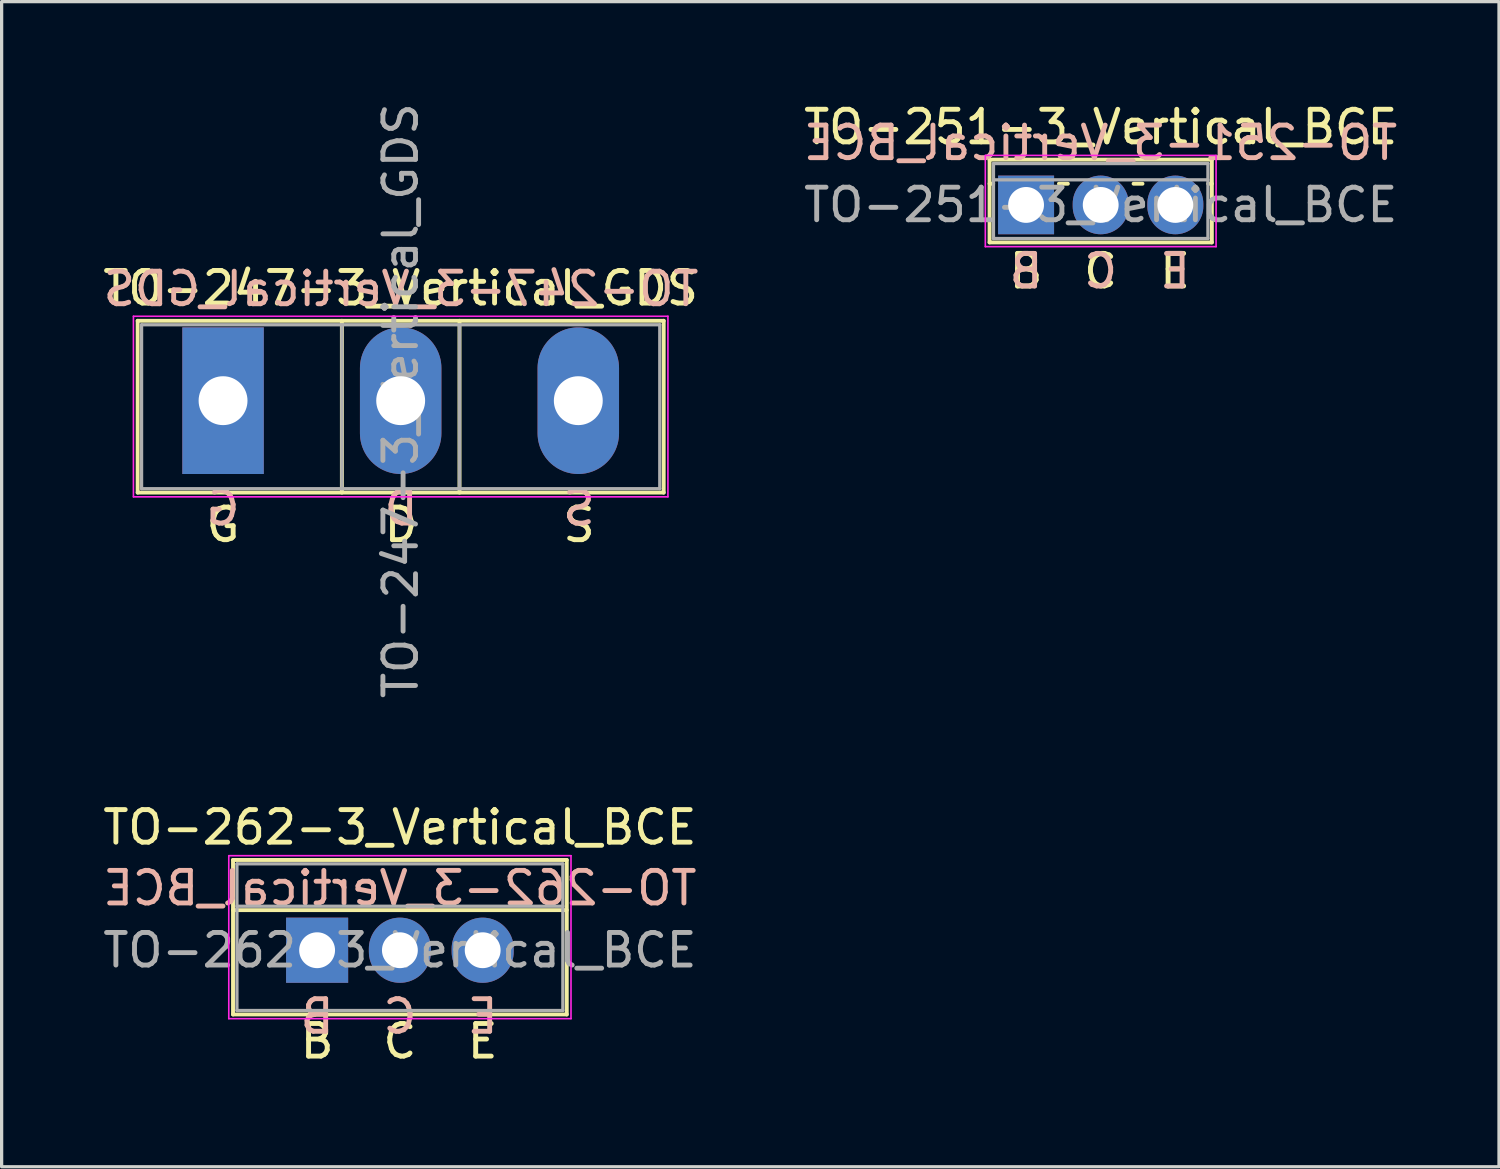
<source format=kicad_pcb>
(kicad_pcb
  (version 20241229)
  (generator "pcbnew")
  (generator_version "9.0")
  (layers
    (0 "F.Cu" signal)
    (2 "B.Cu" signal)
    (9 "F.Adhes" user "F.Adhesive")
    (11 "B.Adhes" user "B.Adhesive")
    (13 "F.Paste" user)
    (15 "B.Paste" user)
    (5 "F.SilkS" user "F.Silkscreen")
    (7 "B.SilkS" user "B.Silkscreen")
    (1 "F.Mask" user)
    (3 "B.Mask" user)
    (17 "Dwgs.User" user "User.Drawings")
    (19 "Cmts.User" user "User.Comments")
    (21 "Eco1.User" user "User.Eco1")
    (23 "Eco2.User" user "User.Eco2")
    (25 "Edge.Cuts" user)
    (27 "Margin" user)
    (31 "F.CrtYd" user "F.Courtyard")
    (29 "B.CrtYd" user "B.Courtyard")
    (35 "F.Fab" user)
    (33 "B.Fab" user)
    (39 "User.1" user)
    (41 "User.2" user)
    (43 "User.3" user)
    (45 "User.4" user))
  (footprint "TO-247-3_Vertical_GDS"
    (layer "F.Cu")
    (at 3.794 9.244)
    (property "Reference" "TO-247-3_Vertical_GDS" (at 5.45 -3.45 0) (layer "F.SilkS") (effects (font (size 1 1) (thickness 0.15))))
    (fp_line (start -2.62 -2.451) (end -2.62 2.82) (stroke (width 0.12) (type solid)) (layer "F.SilkS"))
    (fp_line (start -2.62 -2.451) (end 13.52 -2.451) (stroke (width 0.12) (type solid)) (layer "F.SilkS"))
    (fp_line (start -2.62 2.82) (end 13.52 2.82) (stroke (width 0.12) (type solid)) (layer "F.SilkS"))
    (fp_line (start 3.646 -2.451) (end 3.646 2.82) (stroke (width 0.12) (type solid)) (layer "F.SilkS"))
    (fp_line (start 7.255 -2.451) (end 7.255 2.82) (stroke (width 0.12) (type solid)) (layer "F.SilkS"))
    (fp_line (start 13.52 -2.451) (end 13.52 2.82) (stroke (width 0.12) (type solid)) (layer "F.SilkS"))
    (fp_line (start -2.75 -2.59) (end -2.75 2.95) (stroke (width 0.05) (type solid)) (layer "F.CrtYd"))
    (fp_line (start -2.75 2.95) (end 13.65 2.95) (stroke (width 0.05) (type solid)) (layer "F.CrtYd"))
    (fp_line (start 13.65 -2.59) (end -2.75 -2.59) (stroke (width 0.05) (type solid)) (layer "F.CrtYd"))
    (fp_line (start 13.65 2.95) (end 13.65 -2.59) (stroke (width 0.05) (type solid)) (layer "F.CrtYd"))
    (fp_line (start -2.5 -2.33) (end -2.5 2.7) (stroke (width 0.1) (type solid)) (layer "F.Fab"))
    (fp_line (start -2.5 2.7) (end 13.4 2.7) (stroke (width 0.1) (type solid)) (layer "F.Fab"))
    (fp_line (start 3.645 -2.33) (end 3.645 2.7) (stroke (width 0.1) (type solid)) (layer "F.Fab"))
    (fp_line (start 7.255 -2.33) (end 7.255 2.7) (stroke (width 0.1) (type solid)) (layer "F.Fab"))
    (fp_line (start 13.4 -2.33) (end -2.5 -2.33) (stroke (width 0.1) (type solid)) (layer "F.Fab"))
    (fp_line (start 13.4 2.7) (end 13.4 -2.33) (stroke (width 0.1) (type solid)) (layer "F.Fab"))
    (fp_text user "S" (at 10.922 3.81 0) (unlocked yes) (layer "F.SilkS") (effects (font (size 1 1) (thickness 0.15))))
    (fp_text user "G" (at 0 3.81 0) (unlocked yes) (layer "F.SilkS") (effects (font (size 1 1) (thickness 0.15))))
    (fp_text user "D" (at 5.461 3.81 0) (unlocked yes) (layer "F.SilkS") (effects (font (size 1 1) (thickness 0.15))))
    (fp_text user "G" (at 0 3.302 0) (unlocked yes) (layer "B.SilkS") (effects (font (size 1 1) (thickness 0.15)) (justify mirror)))
    (fp_text user "${REFERENCE}" (at 5.461 -3.429 0) (layer "B.SilkS") (effects (font (size 1 1) (thickness 0.15)) (justify mirror)))
    (fp_text user "S" (at 10.922 3.302 0) (unlocked yes) (layer "B.SilkS") (effects (font (size 1 1) (thickness 0.15)) (justify mirror)))
    (fp_text user "D" (at 5.461 3.302 0) (unlocked yes) (layer "B.SilkS") (effects (font (size 1 1) (thickness 0.15)) (justify mirror)))
    (fp_text user "${REFERENCE}" (at 5.45 0 90) (layer "F.Fab") (effects (font (size 1 1) (thickness 0.15))))
    (pad "1" thru_hole rect (at 0 0) (size 2.5 4.5) (drill 1.5) (layers "*.Cu" "*.Mask"))
    (pad "2" thru_hole oval (at 5.45 0) (size 2.5 4.5) (drill 1.5) (layers "*.Cu" "*.Mask"))
    (pad "3" thru_hole oval (at 10.9 0) (size 2.5 4.5) (drill 1.5) (layers "*.Cu" "*.Mask")))
  (footprint "TO-262-3_Vertical_BCE"
    (layer "F.Cu")
    (at 6.68 26.106)
    (property "Reference" "TO-262-3_Vertical_BCE" (at 2.54 -3.77 0) (layer "F.SilkS") (effects (font (size 1 1) (thickness 0.15))))
    (fp_line (start -2.58 -2.77) (end -2.58 1.971) (stroke (width 0.12) (type solid)) (layer "F.SilkS"))
    (fp_line (start -2.58 -2.77) (end 7.66 -2.77) (stroke (width 0.12) (type solid)) (layer "F.SilkS"))
    (fp_line (start -2.58 -1.23) (end 7.66 -1.23) (stroke (width 0.12) (type solid)) (layer "F.SilkS"))
    (fp_line (start -2.58 1.971) (end 7.66 1.971) (stroke (width 0.12) (type solid)) (layer "F.SilkS"))
    (fp_line (start 7.66 -2.77) (end 7.66 1.971) (stroke (width 0.12) (type solid)) (layer "F.SilkS"))
    (fp_line (start -2.71 -2.9) (end -2.71 2.1) (stroke (width 0.05) (type solid)) (layer "F.CrtYd"))
    (fp_line (start -2.71 2.1) (end 7.79 2.1) (stroke (width 0.05) (type solid)) (layer "F.CrtYd"))
    (fp_line (start 7.79 -2.9) (end -2.71 -2.9) (stroke (width 0.05) (type solid)) (layer "F.CrtYd"))
    (fp_line (start 7.79 2.1) (end 7.79 -2.9) (stroke (width 0.05) (type solid)) (layer "F.CrtYd"))
    (fp_line (start -2.46 -2.65) (end -2.46 1.85) (stroke (width 0.1) (type solid)) (layer "F.Fab"))
    (fp_line (start -2.46 -1.35) (end 7.54 -1.35) (stroke (width 0.1) (type solid)) (layer "F.Fab"))
    (fp_line (start -2.46 1.85) (end 7.54 1.85) (stroke (width 0.1) (type solid)) (layer "F.Fab"))
    (fp_line (start 7.54 -2.65) (end -2.46 -2.65) (stroke (width 0.1) (type solid)) (layer "F.Fab"))
    (fp_line (start 7.54 1.85) (end 7.54 -2.65) (stroke (width 0.1) (type solid)) (layer "F.Fab"))
    (fp_text user "E" (at 5.08 2.794 0) (unlocked yes) (layer "F.SilkS") (effects (font (size 1 1) (thickness 0.15))))
    (fp_text user "C" (at 2.54 2.794 0) (unlocked yes) (layer "F.SilkS") (effects (font (size 1 1) (thickness 0.15))))
    (fp_text user "B" (at 0 2.794 0) (unlocked yes) (layer "F.SilkS") (effects (font (size 1 1) (thickness 0.15))))
    (fp_text user "E" (at 5.08 2.032 0) (unlocked yes) (layer "B.SilkS") (effects (font (size 1 1) (thickness 0.15)) (justify mirror)))
    (fp_text user "${REFERENCE}" (at 2.54 -1.905 0) (layer "B.SilkS") (effects (font (size 1 1) (thickness 0.15)) (justify mirror)))
    (fp_text user "C" (at 2.54 2.032 0) (unlocked yes) (layer "B.SilkS") (effects (font (size 1 1) (thickness 0.15)) (justify mirror)))
    (fp_text user "B" (at 0 2.032 0) (unlocked yes) (layer "B.SilkS") (effects (font (size 1 1) (thickness 0.15)) (justify mirror)))
    (fp_text user "${REFERENCE}" (at 2.54 0 0) (layer "F.Fab") (effects (font (size 1 1) (thickness 0.15))))
    (pad "1" thru_hole rect (at 0 0) (size 1.905 2) (drill 1.1) (layers "*.Cu" "*.Mask"))
    (pad "2" thru_hole oval (at 2.54 0) (size 1.905 2) (drill 1.1) (layers "*.Cu" "*.Mask"))
    (pad "3" thru_hole oval (at 5.08 0) (size 1.905 2) (drill 1.1) (layers "*.Cu" "*.Mask")))
  (footprint "TO-251-3_Vertical_BCE"
    (layer "F.Cu")
    (at 28.433 3.238)
    (property "Reference" "TO-251-3_Vertical_BCE" (at 2.29 -2.39 0) (layer "F.SilkS") (effects (font (size 1 1) (thickness 0.15))))
    (fp_line (start -1.12 -1.39) (end -1.12 1.15) (stroke (width 0.12) (type solid)) (layer "F.SilkS"))
    (fp_line (start -1.12 -1.39) (end 5.7 -1.39) (stroke (width 0.12) (type solid)) (layer "F.SilkS"))
    (fp_line (start -1.12 -0.651) (end -1.009 -0.651) (stroke (width 0.12) (type solid)) (layer "F.SilkS"))
    (fp_line (start -1.12 1.15) (end 5.7 1.15) (stroke (width 0.12) (type solid)) (layer "F.SilkS"))
    (fp_line (start 1.009 -0.651) (end 1.282 -0.651) (stroke (width 0.12) (type solid)) (layer "F.SilkS"))
    (fp_line (start 3.299 -0.651) (end 3.572 -0.651) (stroke (width 0.12) (type solid)) (layer "F.SilkS"))
    (fp_line (start 5.589 -0.651) (end 5.7 -0.651) (stroke (width 0.12) (type solid)) (layer "F.SilkS"))
    (fp_line (start 5.7 -1.39) (end 5.7 1.15) (stroke (width 0.12) (type solid)) (layer "F.SilkS"))
    (fp_line (start -1.25 -1.52) (end -1.25 1.28) (stroke (width 0.05) (type solid)) (layer "F.CrtYd"))
    (fp_line (start -1.25 1.28) (end 5.83 1.28) (stroke (width 0.05) (type solid)) (layer "F.CrtYd"))
    (fp_line (start 5.83 -1.52) (end -1.25 -1.52) (stroke (width 0.05) (type solid)) (layer "F.CrtYd"))
    (fp_line (start 5.83 1.28) (end 5.83 -1.52) (stroke (width 0.05) (type solid)) (layer "F.CrtYd"))
    (fp_line (start -1 -1.27) (end -1 1.03) (stroke (width 0.1) (type solid)) (layer "F.Fab"))
    (fp_line (start -1 -0.77) (end 5.58 -0.77) (stroke (width 0.1) (type solid)) (layer "F.Fab"))
    (fp_line (start -1 1.03) (end 5.58 1.03) (stroke (width 0.1) (type solid)) (layer "F.Fab"))
    (fp_line (start 5.58 -1.27) (end -1 -1.27) (stroke (width 0.1) (type solid)) (layer "F.Fab"))
    (fp_line (start 5.58 1.03) (end 5.58 -1.27) (stroke (width 0.1) (type solid)) (layer "F.Fab"))
    (fp_text user "B" (at 0 2.032 0) (unlocked yes) (layer "F.SilkS") (effects (font (size 1 1) (thickness 0.15))))
    (fp_text user "E" (at 4.572 2.032 0) (unlocked yes) (layer "F.SilkS") (effects (font (size 1 1) (thickness 0.15))))
    (fp_text user "C" (at 2.286 2.032 0) (unlocked yes) (layer "F.SilkS") (effects (font (size 1 1) (thickness 0.15))))
    (fp_text user "C" (at 2.286 2.032 0) (unlocked yes) (layer "B.SilkS") (effects (font (size 1 1) (thickness 0.15)) (justify mirror)))
    (fp_text user "E" (at 4.572 2.032 0) (unlocked yes) (layer "B.SilkS") (effects (font (size 1 1) (thickness 0.15)) (justify mirror)))
    (fp_text user "${REFERENCE}" (at 2.286 -1.905 0) (layer "B.SilkS") (effects (font (size 1 1) (thickness 0.15)) (justify mirror)))
    (fp_text user "B" (at 0 2.032 0) (unlocked yes) (layer "B.SilkS") (effects (font (size 1 1) (thickness 0.15)) (justify mirror)))
    (fp_text user "${REFERENCE}" (at 2.29 0 0) (layer "F.Fab") (effects (font (size 1 1) (thickness 0.15))))
    (pad "1" thru_hole rect (at 0 0) (size 1.718 1.8) (drill 1.1) (layers "*.Cu" "*.Mask"))
    (pad "2" thru_hole oval (at 2.29 0) (size 1.718 1.8) (drill 1.1) (layers "*.Cu" "*.Mask"))
    (pad "3" thru_hole oval (at 4.58 0) (size 1.718 1.8) (drill 1.1) (layers "*.Cu" "*.Mask")))
  (gr_rect
    (start -3 -3)
    (end 42.944 32.749)
    (stroke (width 0.1) (type default))
    (fill no)
    (layer "Edge.Cuts")))
</source>
